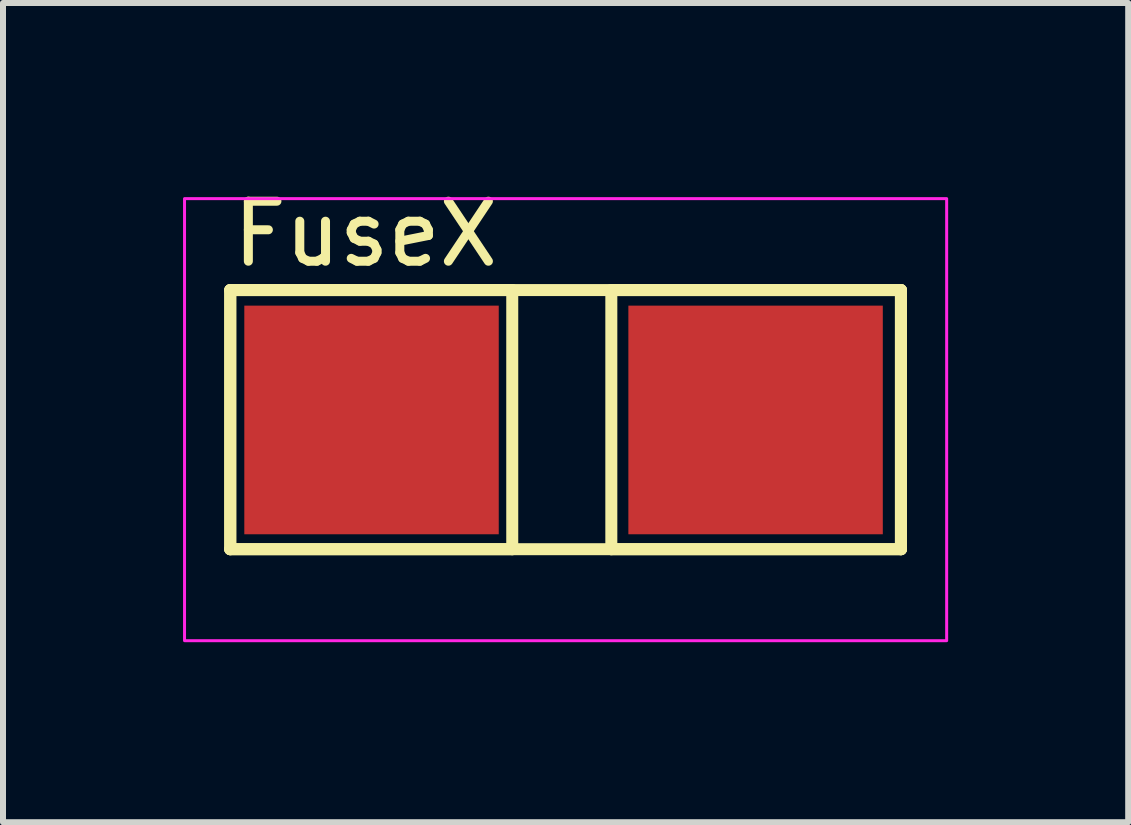
<source format=kicad_pcb>
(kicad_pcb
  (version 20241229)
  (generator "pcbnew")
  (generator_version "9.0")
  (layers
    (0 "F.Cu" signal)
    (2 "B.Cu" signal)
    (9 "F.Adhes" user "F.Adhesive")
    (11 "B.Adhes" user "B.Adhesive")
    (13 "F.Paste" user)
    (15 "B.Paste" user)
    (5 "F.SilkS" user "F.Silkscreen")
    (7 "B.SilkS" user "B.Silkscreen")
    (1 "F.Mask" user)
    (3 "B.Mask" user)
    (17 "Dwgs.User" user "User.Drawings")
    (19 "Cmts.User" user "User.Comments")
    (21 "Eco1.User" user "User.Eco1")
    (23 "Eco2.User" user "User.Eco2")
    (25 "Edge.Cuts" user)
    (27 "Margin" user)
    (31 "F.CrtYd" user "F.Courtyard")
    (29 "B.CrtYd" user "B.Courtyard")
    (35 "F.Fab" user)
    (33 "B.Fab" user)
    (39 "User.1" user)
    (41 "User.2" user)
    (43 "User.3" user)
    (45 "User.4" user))
  (footprint "FuseX"
    (layer "F.Cu")
    (at 1.041 5.848)
    (property "Reference" "FuseX" (at 2 -5 0) (layer "F.SilkS") (effects (font (size 1 1) (thickness 0.15))))
    (attr smd)
    (fp_line (start -0.254 -4.064) (end -0.254 0.254) (stroke (width 0.2) (type solid)) (layer "F.SilkS"))
    (fp_line (start -0.254 -4.064) (end 10.922 -4.064) (stroke (width 0.2) (type solid)) (layer "F.SilkS"))
    (fp_line (start -0.254 0.254) (end -0.254 -4.064) (stroke (width 0.2) (type solid)) (layer "F.SilkS"))
    (fp_line (start -0.254 0.254) (end 4.445 0.254) (stroke (width 0.2) (type solid)) (layer "F.SilkS"))
    (fp_line (start -0.254 0.254) (end 10.922 0.254) (stroke (width 0.2) (type solid)) (layer "F.SilkS"))
    (fp_line (start 4.445 -4.064) (end -0.254 -4.064) (stroke (width 0.2) (type solid)) (layer "F.SilkS"))
    (fp_line (start 4.445 0.254) (end 4.445 -4.064) (stroke (width 0.2) (type solid)) (layer "F.SilkS"))
    (fp_line (start 6.096 -4.064) (end 6.096 0.254) (stroke (width 0.2) (type solid)) (layer "F.SilkS"))
    (fp_line (start 6.096 0.254) (end 10.922 0.254) (stroke (width 0.2) (type solid)) (layer "F.SilkS"))
    (fp_line (start 10.922 -4.064) (end 6.096 -4.064) (stroke (width 0.2) (type solid)) (layer "F.SilkS"))
    (fp_line (start 10.922 0.254) (end 10.922 -4.064) (stroke (width 0.2) (type solid)) (layer "F.SilkS"))
    (fp_line (start 10.922 0.254) (end 10.922 -4.064) (stroke (width 0.2) (type solid)) (layer "F.SilkS"))
    (fp_rect (start -1.016 -5.588) (end 11.684 1.778) (stroke (width 0.05) (type default)) (fill no) (layer "F.CrtYd"))
    (pad "1" smd rect (at 2.1 -1.9) (size 4.24 3.81) (layers "F.Cu" "F.Mask" "F.Paste"))
    (pad "2" smd rect (at 8.5 -1.9) (size 4.24 3.81) (layers "F.Cu" "F.Mask" "F.Paste")))
  (gr_rect
    (start -3 -3)
    (end 15.75 10.651)
    (stroke (width 0.1) (type default))
    (fill no)
    (layer "Edge.Cuts")))
</source>
